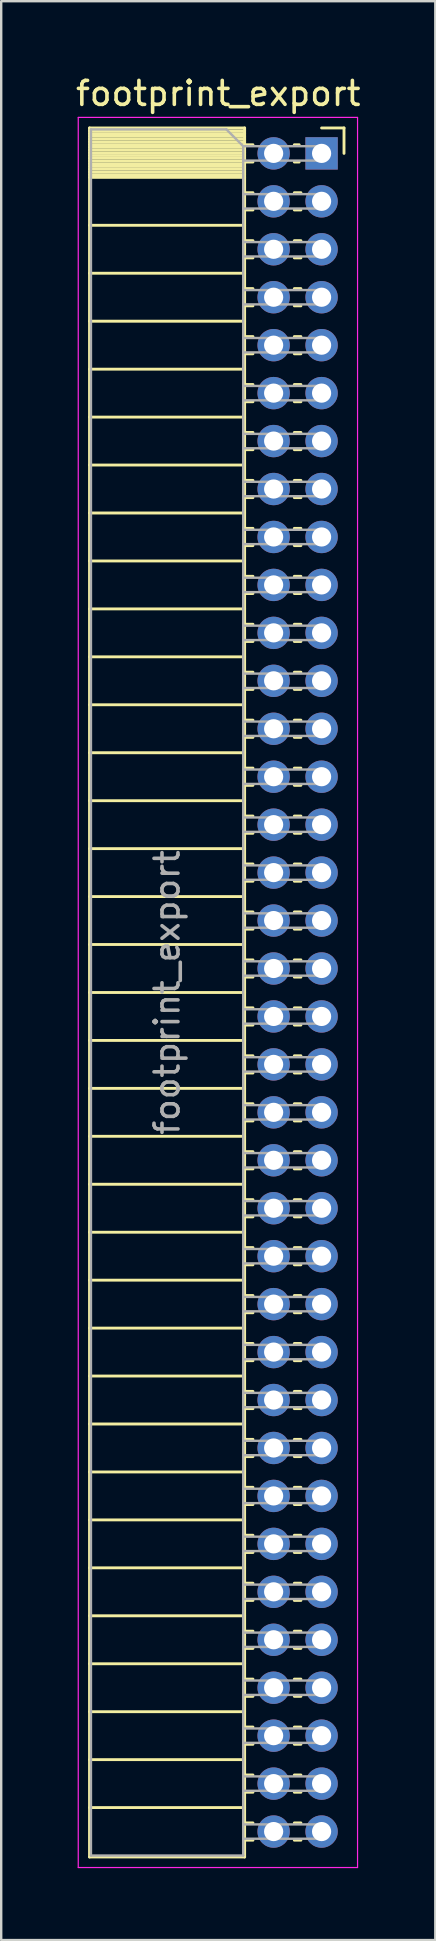
<source format=kicad_pcb>
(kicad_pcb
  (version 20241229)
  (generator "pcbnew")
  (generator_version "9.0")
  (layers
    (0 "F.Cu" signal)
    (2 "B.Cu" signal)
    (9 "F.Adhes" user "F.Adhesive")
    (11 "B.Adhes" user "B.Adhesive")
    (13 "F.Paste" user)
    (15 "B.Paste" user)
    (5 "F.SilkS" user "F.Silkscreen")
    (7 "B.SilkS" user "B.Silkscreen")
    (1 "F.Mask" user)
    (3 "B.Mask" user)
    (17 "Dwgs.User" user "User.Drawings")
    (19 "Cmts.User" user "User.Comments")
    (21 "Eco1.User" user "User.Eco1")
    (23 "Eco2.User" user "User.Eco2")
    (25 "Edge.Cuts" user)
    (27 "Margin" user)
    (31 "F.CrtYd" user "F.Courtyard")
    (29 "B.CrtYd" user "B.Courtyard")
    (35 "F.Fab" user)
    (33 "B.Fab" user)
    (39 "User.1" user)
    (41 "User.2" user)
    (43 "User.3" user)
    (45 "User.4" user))
  (footprint "footprint_export"
    (layer "F.Cu")
    (at 10.364 3.348)
    (property "Reference" "footprint_export" (at -4.31 -2.5 0) (layer "F.SilkS") (effects (font (size 1 1) (thickness 0.15))))
    (attr through_hole)
    (fp_line (start -9.68 -1.06) (end -9.68 71.06) (stroke (width 0.12) (type solid)) (layer "F.SilkS"))
    (fp_line (start -9.68 -1.06) (end -3.21 -1.06) (stroke (width 0.12) (type solid)) (layer "F.SilkS"))
    (fp_line (start -9.68 -0.94) (end -3.21 -0.94) (stroke (width 0.12) (type solid)) (layer "F.SilkS"))
    (fp_line (start -9.68 -0.826) (end -3.21 -0.826) (stroke (width 0.12) (type solid)) (layer "F.SilkS"))
    (fp_line (start -9.68 -0.712) (end -3.21 -0.712) (stroke (width 0.12) (type solid)) (layer "F.SilkS"))
    (fp_line (start -9.68 -0.598) (end -3.21 -0.598) (stroke (width 0.12) (type solid)) (layer "F.SilkS"))
    (fp_line (start -9.68 -0.484) (end -3.21 -0.484) (stroke (width 0.12) (type solid)) (layer "F.SilkS"))
    (fp_line (start -9.68 -0.369) (end -3.21 -0.369) (stroke (width 0.12) (type solid)) (layer "F.SilkS"))
    (fp_line (start -9.68 -0.255) (end -3.21 -0.255) (stroke (width 0.12) (type solid)) (layer "F.SilkS"))
    (fp_line (start -9.68 -0.141) (end -3.21 -0.141) (stroke (width 0.12) (type solid)) (layer "F.SilkS"))
    (fp_line (start -9.68 -0.027) (end -3.21 -0.027) (stroke (width 0.12) (type solid)) (layer "F.SilkS"))
    (fp_line (start -9.68 0.087) (end -3.21 0.087) (stroke (width 0.12) (type solid)) (layer "F.SilkS"))
    (fp_line (start -9.68 0.201) (end -3.21 0.201) (stroke (width 0.12) (type solid)) (layer "F.SilkS"))
    (fp_line (start -9.68 0.315) (end -3.21 0.315) (stroke (width 0.12) (type solid)) (layer "F.SilkS"))
    (fp_line (start -9.68 0.429) (end -3.21 0.429) (stroke (width 0.12) (type solid)) (layer "F.SilkS"))
    (fp_line (start -9.68 0.544) (end -3.21 0.544) (stroke (width 0.12) (type solid)) (layer "F.SilkS"))
    (fp_line (start -9.68 0.658) (end -3.21 0.658) (stroke (width 0.12) (type solid)) (layer "F.SilkS"))
    (fp_line (start -9.68 0.772) (end -3.21 0.772) (stroke (width 0.12) (type solid)) (layer "F.SilkS"))
    (fp_line (start -9.68 0.886) (end -3.21 0.886) (stroke (width 0.12) (type solid)) (layer "F.SilkS"))
    (fp_line (start -9.68 1) (end -3.21 1) (stroke (width 0.12) (type solid)) (layer "F.SilkS"))
    (fp_line (start -9.68 3) (end -3.21 3) (stroke (width 0.12) (type solid)) (layer "F.SilkS"))
    (fp_line (start -9.68 5) (end -3.21 5) (stroke (width 0.12) (type solid)) (layer "F.SilkS"))
    (fp_line (start -9.68 7) (end -3.21 7) (stroke (width 0.12) (type solid)) (layer "F.SilkS"))
    (fp_line (start -9.68 9) (end -3.21 9) (stroke (width 0.12) (type solid)) (layer "F.SilkS"))
    (fp_line (start -9.68 11) (end -3.21 11) (stroke (width 0.12) (type solid)) (layer "F.SilkS"))
    (fp_line (start -9.68 13) (end -3.21 13) (stroke (width 0.12) (type solid)) (layer "F.SilkS"))
    (fp_line (start -9.68 15) (end -3.21 15) (stroke (width 0.12) (type solid)) (layer "F.SilkS"))
    (fp_line (start -9.68 17) (end -3.21 17) (stroke (width 0.12) (type solid)) (layer "F.SilkS"))
    (fp_line (start -9.68 19) (end -3.21 19) (stroke (width 0.12) (type solid)) (layer "F.SilkS"))
    (fp_line (start -9.68 21) (end -3.21 21) (stroke (width 0.12) (type solid)) (layer "F.SilkS"))
    (fp_line (start -9.68 23) (end -3.21 23) (stroke (width 0.12) (type solid)) (layer "F.SilkS"))
    (fp_line (start -9.68 25) (end -3.21 25) (stroke (width 0.12) (type solid)) (layer "F.SilkS"))
    (fp_line (start -9.68 27) (end -3.21 27) (stroke (width 0.12) (type solid)) (layer "F.SilkS"))
    (fp_line (start -9.68 29) (end -3.21 29) (stroke (width 0.12) (type solid)) (layer "F.SilkS"))
    (fp_line (start -9.68 31) (end -3.21 31) (stroke (width 0.12) (type solid)) (layer "F.SilkS"))
    (fp_line (start -9.68 33) (end -3.21 33) (stroke (width 0.12) (type solid)) (layer "F.SilkS"))
    (fp_line (start -9.68 35) (end -3.21 35) (stroke (width 0.12) (type solid)) (layer "F.SilkS"))
    (fp_line (start -9.68 37) (end -3.21 37) (stroke (width 0.12) (type solid)) (layer "F.SilkS"))
    (fp_line (start -9.68 39) (end -3.21 39) (stroke (width 0.12) (type solid)) (layer "F.SilkS"))
    (fp_line (start -9.68 41) (end -3.21 41) (stroke (width 0.12) (type solid)) (layer "F.SilkS"))
    (fp_line (start -9.68 43) (end -3.21 43) (stroke (width 0.12) (type solid)) (layer "F.SilkS"))
    (fp_line (start -9.68 45) (end -3.21 45) (stroke (width 0.12) (type solid)) (layer "F.SilkS"))
    (fp_line (start -9.68 47) (end -3.21 47) (stroke (width 0.12) (type solid)) (layer "F.SilkS"))
    (fp_line (start -9.68 49) (end -3.21 49) (stroke (width 0.12) (type solid)) (layer "F.SilkS"))
    (fp_line (start -9.68 51) (end -3.21 51) (stroke (width 0.12) (type solid)) (layer "F.SilkS"))
    (fp_line (start -9.68 53) (end -3.21 53) (stroke (width 0.12) (type solid)) (layer "F.SilkS"))
    (fp_line (start -9.68 55) (end -3.21 55) (stroke (width 0.12) (type solid)) (layer "F.SilkS"))
    (fp_line (start -9.68 57) (end -3.21 57) (stroke (width 0.12) (type solid)) (layer "F.SilkS"))
    (fp_line (start -9.68 59) (end -3.21 59) (stroke (width 0.12) (type solid)) (layer "F.SilkS"))
    (fp_line (start -9.68 61) (end -3.21 61) (stroke (width 0.12) (type solid)) (layer "F.SilkS"))
    (fp_line (start -9.68 63) (end -3.21 63) (stroke (width 0.12) (type solid)) (layer "F.SilkS"))
    (fp_line (start -9.68 65) (end -3.21 65) (stroke (width 0.12) (type solid)) (layer "F.SilkS"))
    (fp_line (start -9.68 67) (end -3.21 67) (stroke (width 0.12) (type solid)) (layer "F.SilkS"))
    (fp_line (start -9.68 69) (end -3.21 69) (stroke (width 0.12) (type solid)) (layer "F.SilkS"))
    (fp_line (start -9.68 71.06) (end -3.21 71.06) (stroke (width 0.12) (type solid)) (layer "F.SilkS"))
    (fp_line (start -3.21 -1.06) (end -3.21 71.06) (stroke (width 0.12) (type solid)) (layer "F.SilkS"))
    (fp_line (start -3.21 -0.36) (end -2.863 -0.36) (stroke (width 0.12) (type solid)) (layer "F.SilkS"))
    (fp_line (start -3.21 0.36) (end -2.863 0.36) (stroke (width 0.12) (type solid)) (layer "F.SilkS"))
    (fp_line (start -3.21 1.64) (end -2.863 1.64) (stroke (width 0.12) (type solid)) (layer "F.SilkS"))
    (fp_line (start -3.21 2.36) (end -2.863 2.36) (stroke (width 0.12) (type solid)) (layer "F.SilkS"))
    (fp_line (start -3.21 3.64) (end -2.863 3.64) (stroke (width 0.12) (type solid)) (layer "F.SilkS"))
    (fp_line (start -3.21 4.36) (end -2.863 4.36) (stroke (width 0.12) (type solid)) (layer "F.SilkS"))
    (fp_line (start -3.21 5.64) (end -2.863 5.64) (stroke (width 0.12) (type solid)) (layer "F.SilkS"))
    (fp_line (start -3.21 6.36) (end -2.863 6.36) (stroke (width 0.12) (type solid)) (layer "F.SilkS"))
    (fp_line (start -3.21 7.64) (end -2.863 7.64) (stroke (width 0.12) (type solid)) (layer "F.SilkS"))
    (fp_line (start -3.21 8.36) (end -2.863 8.36) (stroke (width 0.12) (type solid)) (layer "F.SilkS"))
    (fp_line (start -3.21 9.64) (end -2.863 9.64) (stroke (width 0.12) (type solid)) (layer "F.SilkS"))
    (fp_line (start -3.21 10.36) (end -2.863 10.36) (stroke (width 0.12) (type solid)) (layer "F.SilkS"))
    (fp_line (start -3.21 11.64) (end -2.863 11.64) (stroke (width 0.12) (type solid)) (layer "F.SilkS"))
    (fp_line (start -3.21 12.36) (end -2.863 12.36) (stroke (width 0.12) (type solid)) (layer "F.SilkS"))
    (fp_line (start -3.21 13.64) (end -2.863 13.64) (stroke (width 0.12) (type solid)) (layer "F.SilkS"))
    (fp_line (start -3.21 14.36) (end -2.863 14.36) (stroke (width 0.12) (type solid)) (layer "F.SilkS"))
    (fp_line (start -3.21 15.64) (end -2.863 15.64) (stroke (width 0.12) (type solid)) (layer "F.SilkS"))
    (fp_line (start -3.21 16.36) (end -2.863 16.36) (stroke (width 0.12) (type solid)) (layer "F.SilkS"))
    (fp_line (start -3.21 17.64) (end -2.863 17.64) (stroke (width 0.12) (type solid)) (layer "F.SilkS"))
    (fp_line (start -3.21 18.36) (end -2.863 18.36) (stroke (width 0.12) (type solid)) (layer "F.SilkS"))
    (fp_line (start -3.21 19.64) (end -2.863 19.64) (stroke (width 0.12) (type solid)) (layer "F.SilkS"))
    (fp_line (start -3.21 20.36) (end -2.863 20.36) (stroke (width 0.12) (type solid)) (layer "F.SilkS"))
    (fp_line (start -3.21 21.64) (end -2.863 21.64) (stroke (width 0.12) (type solid)) (layer "F.SilkS"))
    (fp_line (start -3.21 22.36) (end -2.863 22.36) (stroke (width 0.12) (type solid)) (layer "F.SilkS"))
    (fp_line (start -3.21 23.64) (end -2.863 23.64) (stroke (width 0.12) (type solid)) (layer "F.SilkS"))
    (fp_line (start -3.21 24.36) (end -2.863 24.36) (stroke (width 0.12) (type solid)) (layer "F.SilkS"))
    (fp_line (start -3.21 25.64) (end -2.863 25.64) (stroke (width 0.12) (type solid)) (layer "F.SilkS"))
    (fp_line (start -3.21 26.36) (end -2.863 26.36) (stroke (width 0.12) (type solid)) (layer "F.SilkS"))
    (fp_line (start -3.21 27.64) (end -2.863 27.64) (stroke (width 0.12) (type solid)) (layer "F.SilkS"))
    (fp_line (start -3.21 28.36) (end -2.863 28.36) (stroke (width 0.12) (type solid)) (layer "F.SilkS"))
    (fp_line (start -3.21 29.64) (end -2.863 29.64) (stroke (width 0.12) (type solid)) (layer "F.SilkS"))
    (fp_line (start -3.21 30.36) (end -2.863 30.36) (stroke (width 0.12) (type solid)) (layer "F.SilkS"))
    (fp_line (start -3.21 31.64) (end -2.863 31.64) (stroke (width 0.12) (type solid)) (layer "F.SilkS"))
    (fp_line (start -3.21 32.36) (end -2.863 32.36) (stroke (width 0.12) (type solid)) (layer "F.SilkS"))
    (fp_line (start -3.21 33.64) (end -2.863 33.64) (stroke (width 0.12) (type solid)) (layer "F.SilkS"))
    (fp_line (start -3.21 34.36) (end -2.863 34.36) (stroke (width 0.12) (type solid)) (layer "F.SilkS"))
    (fp_line (start -3.21 35.64) (end -2.863 35.64) (stroke (width 0.12) (type solid)) (layer "F.SilkS"))
    (fp_line (start -3.21 36.36) (end -2.863 36.36) (stroke (width 0.12) (type solid)) (layer "F.SilkS"))
    (fp_line (start -3.21 37.64) (end -2.863 37.64) (stroke (width 0.12) (type solid)) (layer "F.SilkS"))
    (fp_line (start -3.21 38.36) (end -2.863 38.36) (stroke (width 0.12) (type solid)) (layer "F.SilkS"))
    (fp_line (start -3.21 39.64) (end -2.863 39.64) (stroke (width 0.12) (type solid)) (layer "F.SilkS"))
    (fp_line (start -3.21 40.36) (end -2.863 40.36) (stroke (width 0.12) (type solid)) (layer "F.SilkS"))
    (fp_line (start -3.21 41.64) (end -2.863 41.64) (stroke (width 0.12) (type solid)) (layer "F.SilkS"))
    (fp_line (start -3.21 42.36) (end -2.863 42.36) (stroke (width 0.12) (type solid)) (layer "F.SilkS"))
    (fp_line (start -3.21 43.64) (end -2.863 43.64) (stroke (width 0.12) (type solid)) (layer "F.SilkS"))
    (fp_line (start -3.21 44.36) (end -2.863 44.36) (stroke (width 0.12) (type solid)) (layer "F.SilkS"))
    (fp_line (start -3.21 45.64) (end -2.863 45.64) (stroke (width 0.12) (type solid)) (layer "F.SilkS"))
    (fp_line (start -3.21 46.36) (end -2.863 46.36) (stroke (width 0.12) (type solid)) (layer "F.SilkS"))
    (fp_line (start -3.21 47.64) (end -2.863 47.64) (stroke (width 0.12) (type solid)) (layer "F.SilkS"))
    (fp_line (start -3.21 48.36) (end -2.863 48.36) (stroke (width 0.12) (type solid)) (layer "F.SilkS"))
    (fp_line (start -3.21 49.64) (end -2.863 49.64) (stroke (width 0.12) (type solid)) (layer "F.SilkS"))
    (fp_line (start -3.21 50.36) (end -2.863 50.36) (stroke (width 0.12) (type solid)) (layer "F.SilkS"))
    (fp_line (start -3.21 51.64) (end -2.863 51.64) (stroke (width 0.12) (type solid)) (layer "F.SilkS"))
    (fp_line (start -3.21 52.36) (end -2.863 52.36) (stroke (width 0.12) (type solid)) (layer "F.SilkS"))
    (fp_line (start -3.21 53.64) (end -2.863 53.64) (stroke (width 0.12) (type solid)) (layer "F.SilkS"))
    (fp_line (start -3.21 54.36) (end -2.863 54.36) (stroke (width 0.12) (type solid)) (layer "F.SilkS"))
    (fp_line (start -3.21 55.64) (end -2.863 55.64) (stroke (width 0.12) (type solid)) (layer "F.SilkS"))
    (fp_line (start -3.21 56.36) (end -2.863 56.36) (stroke (width 0.12) (type solid)) (layer "F.SilkS"))
    (fp_line (start -3.21 57.64) (end -2.863 57.64) (stroke (width 0.12) (type solid)) (layer "F.SilkS"))
    (fp_line (start -3.21 58.36) (end -2.863 58.36) (stroke (width 0.12) (type solid)) (layer "F.SilkS"))
    (fp_line (start -3.21 59.64) (end -2.863 59.64) (stroke (width 0.12) (type solid)) (layer "F.SilkS"))
    (fp_line (start -3.21 60.36) (end -2.863 60.36) (stroke (width 0.12) (type solid)) (layer "F.SilkS"))
    (fp_line (start -3.21 61.64) (end -2.863 61.64) (stroke (width 0.12) (type solid)) (layer "F.SilkS"))
    (fp_line (start -3.21 62.36) (end -2.863 62.36) (stroke (width 0.12) (type solid)) (layer "F.SilkS"))
    (fp_line (start -3.21 63.64) (end -2.863 63.64) (stroke (width 0.12) (type solid)) (layer "F.SilkS"))
    (fp_line (start -3.21 64.36) (end -2.863 64.36) (stroke (width 0.12) (type solid)) (layer "F.SilkS"))
    (fp_line (start -3.21 65.64) (end -2.863 65.64) (stroke (width 0.12) (type solid)) (layer "F.SilkS"))
    (fp_line (start -3.21 66.36) (end -2.863 66.36) (stroke (width 0.12) (type solid)) (layer "F.SilkS"))
    (fp_line (start -3.21 67.64) (end -2.863 67.64) (stroke (width 0.12) (type solid)) (layer "F.SilkS"))
    (fp_line (start -3.21 68.36) (end -2.863 68.36) (stroke (width 0.12) (type solid)) (layer "F.SilkS"))
    (fp_line (start -3.21 69.64) (end -2.863 69.64) (stroke (width 0.12) (type solid)) (layer "F.SilkS"))
    (fp_line (start -3.21 70.36) (end -2.863 70.36) (stroke (width 0.12) (type solid)) (layer "F.SilkS"))
    (fp_line (start -1.137 -0.36) (end -0.935 -0.36) (stroke (width 0.12) (type solid)) (layer "F.SilkS"))
    (fp_line (start -1.137 0.36) (end -0.935 0.36) (stroke (width 0.12) (type solid)) (layer "F.SilkS"))
    (fp_line (start -1.137 1.64) (end -0.863 1.64) (stroke (width 0.12) (type solid)) (layer "F.SilkS"))
    (fp_line (start -1.137 2.36) (end -0.863 2.36) (stroke (width 0.12) (type solid)) (layer "F.SilkS"))
    (fp_line (start -1.137 3.64) (end -0.863 3.64) (stroke (width 0.12) (type solid)) (layer "F.SilkS"))
    (fp_line (start -1.137 4.36) (end -0.863 4.36) (stroke (width 0.12) (type solid)) (layer "F.SilkS"))
    (fp_line (start -1.137 5.64) (end -0.863 5.64) (stroke (width 0.12) (type solid)) (layer "F.SilkS"))
    (fp_line (start -1.137 6.36) (end -0.863 6.36) (stroke (width 0.12) (type solid)) (layer "F.SilkS"))
    (fp_line (start -1.137 7.64) (end -0.863 7.64) (stroke (width 0.12) (type solid)) (layer "F.SilkS"))
    (fp_line (start -1.137 8.36) (end -0.863 8.36) (stroke (width 0.12) (type solid)) (layer "F.SilkS"))
    (fp_line (start -1.137 9.64) (end -0.863 9.64) (stroke (width 0.12) (type solid)) (layer "F.SilkS"))
    (fp_line (start -1.137 10.36) (end -0.863 10.36) (stroke (width 0.12) (type solid)) (layer "F.SilkS"))
    (fp_line (start -1.137 11.64) (end -0.863 11.64) (stroke (width 0.12) (type solid)) (layer "F.SilkS"))
    (fp_line (start -1.137 12.36) (end -0.863 12.36) (stroke (width 0.12) (type solid)) (layer "F.SilkS"))
    (fp_line (start -1.137 13.64) (end -0.863 13.64) (stroke (width 0.12) (type solid)) (layer "F.SilkS"))
    (fp_line (start -1.137 14.36) (end -0.863 14.36) (stroke (width 0.12) (type solid)) (layer "F.SilkS"))
    (fp_line (start -1.137 15.64) (end -0.863 15.64) (stroke (width 0.12) (type solid)) (layer "F.SilkS"))
    (fp_line (start -1.137 16.36) (end -0.863 16.36) (stroke (width 0.12) (type solid)) (layer "F.SilkS"))
    (fp_line (start -1.137 17.64) (end -0.863 17.64) (stroke (width 0.12) (type solid)) (layer "F.SilkS"))
    (fp_line (start -1.137 18.36) (end -0.863 18.36) (stroke (width 0.12) (type solid)) (layer "F.SilkS"))
    (fp_line (start -1.137 19.64) (end -0.863 19.64) (stroke (width 0.12) (type solid)) (layer "F.SilkS"))
    (fp_line (start -1.137 20.36) (end -0.863 20.36) (stroke (width 0.12) (type solid)) (layer "F.SilkS"))
    (fp_line (start -1.137 21.64) (end -0.863 21.64) (stroke (width 0.12) (type solid)) (layer "F.SilkS"))
    (fp_line (start -1.137 22.36) (end -0.863 22.36) (stroke (width 0.12) (type solid)) (layer "F.SilkS"))
    (fp_line (start -1.137 23.64) (end -0.863 23.64) (stroke (width 0.12) (type solid)) (layer "F.SilkS"))
    (fp_line (start -1.137 24.36) (end -0.863 24.36) (stroke (width 0.12) (type solid)) (layer "F.SilkS"))
    (fp_line (start -1.137 25.64) (end -0.863 25.64) (stroke (width 0.12) (type solid)) (layer "F.SilkS"))
    (fp_line (start -1.137 26.36) (end -0.863 26.36) (stroke (width 0.12) (type solid)) (layer "F.SilkS"))
    (fp_line (start -1.137 27.64) (end -0.863 27.64) (stroke (width 0.12) (type solid)) (layer "F.SilkS"))
    (fp_line (start -1.137 28.36) (end -0.863 28.36) (stroke (width 0.12) (type solid)) (layer "F.SilkS"))
    (fp_line (start -1.137 29.64) (end -0.863 29.64) (stroke (width 0.12) (type solid)) (layer "F.SilkS"))
    (fp_line (start -1.137 30.36) (end -0.863 30.36) (stroke (width 0.12) (type solid)) (layer "F.SilkS"))
    (fp_line (start -1.137 31.64) (end -0.863 31.64) (stroke (width 0.12) (type solid)) (layer "F.SilkS"))
    (fp_line (start -1.137 32.36) (end -0.863 32.36) (stroke (width 0.12) (type solid)) (layer "F.SilkS"))
    (fp_line (start -1.137 33.64) (end -0.863 33.64) (stroke (width 0.12) (type solid)) (layer "F.SilkS"))
    (fp_line (start -1.137 34.36) (end -0.863 34.36) (stroke (width 0.12) (type solid)) (layer "F.SilkS"))
    (fp_line (start -1.137 35.64) (end -0.863 35.64) (stroke (width 0.12) (type solid)) (layer "F.SilkS"))
    (fp_line (start -1.137 36.36) (end -0.863 36.36) (stroke (width 0.12) (type solid)) (layer "F.SilkS"))
    (fp_line (start -1.137 37.64) (end -0.863 37.64) (stroke (width 0.12) (type solid)) (layer "F.SilkS"))
    (fp_line (start -1.137 38.36) (end -0.863 38.36) (stroke (width 0.12) (type solid)) (layer "F.SilkS"))
    (fp_line (start -1.137 39.64) (end -0.863 39.64) (stroke (width 0.12) (type solid)) (layer "F.SilkS"))
    (fp_line (start -1.137 40.36) (end -0.863 40.36) (stroke (width 0.12) (type solid)) (layer "F.SilkS"))
    (fp_line (start -1.137 41.64) (end -0.863 41.64) (stroke (width 0.12) (type solid)) (layer "F.SilkS"))
    (fp_line (start -1.137 42.36) (end -0.863 42.36) (stroke (width 0.12) (type solid)) (layer "F.SilkS"))
    (fp_line (start -1.137 43.64) (end -0.863 43.64) (stroke (width 0.12) (type solid)) (layer "F.SilkS"))
    (fp_line (start -1.137 44.36) (end -0.863 44.36) (stroke (width 0.12) (type solid)) (layer "F.SilkS"))
    (fp_line (start -1.137 45.64) (end -0.863 45.64) (stroke (width 0.12) (type solid)) (layer "F.SilkS"))
    (fp_line (start -1.137 46.36) (end -0.863 46.36) (stroke (width 0.12) (type solid)) (layer "F.SilkS"))
    (fp_line (start -1.137 47.64) (end -0.863 47.64) (stroke (width 0.12) (type solid)) (layer "F.SilkS"))
    (fp_line (start -1.137 48.36) (end -0.863 48.36) (stroke (width 0.12) (type solid)) (layer "F.SilkS"))
    (fp_line (start -1.137 49.64) (end -0.863 49.64) (stroke (width 0.12) (type solid)) (layer "F.SilkS"))
    (fp_line (start -1.137 50.36) (end -0.863 50.36) (stroke (width 0.12) (type solid)) (layer "F.SilkS"))
    (fp_line (start -1.137 51.64) (end -0.863 51.64) (stroke (width 0.12) (type solid)) (layer "F.SilkS"))
    (fp_line (start -1.137 52.36) (end -0.863 52.36) (stroke (width 0.12) (type solid)) (layer "F.SilkS"))
    (fp_line (start -1.137 53.64) (end -0.863 53.64) (stroke (width 0.12) (type solid)) (layer "F.SilkS"))
    (fp_line (start -1.137 54.36) (end -0.863 54.36) (stroke (width 0.12) (type solid)) (layer "F.SilkS"))
    (fp_line (start -1.137 55.64) (end -0.863 55.64) (stroke (width 0.12) (type solid)) (layer "F.SilkS"))
    (fp_line (start -1.137 56.36) (end -0.863 56.36) (stroke (width 0.12) (type solid)) (layer "F.SilkS"))
    (fp_line (start -1.137 57.64) (end -0.863 57.64) (stroke (width 0.12) (type solid)) (layer "F.SilkS"))
    (fp_line (start -1.137 58.36) (end -0.863 58.36) (stroke (width 0.12) (type solid)) (layer "F.SilkS"))
    (fp_line (start -1.137 59.64) (end -0.863 59.64) (stroke (width 0.12) (type solid)) (layer "F.SilkS"))
    (fp_line (start -1.137 60.36) (end -0.863 60.36) (stroke (width 0.12) (type solid)) (layer "F.SilkS"))
    (fp_line (start -1.137 61.64) (end -0.863 61.64) (stroke (width 0.12) (type solid)) (layer "F.SilkS"))
    (fp_line (start -1.137 62.36) (end -0.863 62.36) (stroke (width 0.12) (type solid)) (layer "F.SilkS"))
    (fp_line (start -1.137 63.64) (end -0.863 63.64) (stroke (width 0.12) (type solid)) (layer "F.SilkS"))
    (fp_line (start -1.137 64.36) (end -0.863 64.36) (stroke (width 0.12) (type solid)) (layer "F.SilkS"))
    (fp_line (start -1.137 65.64) (end -0.863 65.64) (stroke (width 0.12) (type solid)) (layer "F.SilkS"))
    (fp_line (start -1.137 66.36) (end -0.863 66.36) (stroke (width 0.12) (type solid)) (layer "F.SilkS"))
    (fp_line (start -1.137 67.64) (end -0.863 67.64) (stroke (width 0.12) (type solid)) (layer "F.SilkS"))
    (fp_line (start -1.137 68.36) (end -0.863 68.36) (stroke (width 0.12) (type solid)) (layer "F.SilkS"))
    (fp_line (start -1.137 69.64) (end -0.863 69.64) (stroke (width 0.12) (type solid)) (layer "F.SilkS"))
    (fp_line (start -1.137 70.36) (end -0.863 70.36) (stroke (width 0.12) (type solid)) (layer "F.SilkS"))
    (fp_line (start 0 -1.06) (end 0.935 -1.06) (stroke (width 0.12) (type solid)) (layer "F.SilkS"))
    (fp_line (start 0.935 -1.06) (end 0.935 0) (stroke (width 0.12) (type solid)) (layer "F.SilkS"))
    (fp_line (start -10.15 -1.5) (end -10.15 71.5) (stroke (width 0.05) (type solid)) (layer "F.CrtYd"))
    (fp_line (start -10.15 71.5) (end 1.5 71.5) (stroke (width 0.05) (type solid)) (layer "F.CrtYd"))
    (fp_line (start 1.5 -1.5) (end -10.15 -1.5) (stroke (width 0.05) (type solid)) (layer "F.CrtYd"))
    (fp_line (start 1.5 71.5) (end 1.5 -1.5) (stroke (width 0.05) (type solid)) (layer "F.CrtYd"))
    (fp_line (start -9.62 -1) (end -3.97 -1) (stroke (width 0.1) (type solid)) (layer "F.Fab"))
    (fp_line (start -9.62 71) (end -9.62 -1) (stroke (width 0.1) (type solid)) (layer "F.Fab"))
    (fp_line (start -3.97 -1) (end -3.27 -0.3) (stroke (width 0.1) (type solid)) (layer "F.Fab"))
    (fp_line (start -3.27 -0.3) (end -3.27 71) (stroke (width 0.1) (type solid)) (layer "F.Fab"))
    (fp_line (start -3.27 0.3) (end 0 0.3) (stroke (width 0.1) (type solid)) (layer "F.Fab"))
    (fp_line (start -3.27 2.3) (end 0 2.3) (stroke (width 0.1) (type solid)) (layer "F.Fab"))
    (fp_line (start -3.27 4.3) (end 0 4.3) (stroke (width 0.1) (type solid)) (layer "F.Fab"))
    (fp_line (start -3.27 6.3) (end 0 6.3) (stroke (width 0.1) (type solid)) (layer "F.Fab"))
    (fp_line (start -3.27 8.3) (end 0 8.3) (stroke (width 0.1) (type solid)) (layer "F.Fab"))
    (fp_line (start -3.27 10.3) (end 0 10.3) (stroke (width 0.1) (type solid)) (layer "F.Fab"))
    (fp_line (start -3.27 12.3) (end 0 12.3) (stroke (width 0.1) (type solid)) (layer "F.Fab"))
    (fp_line (start -3.27 14.3) (end 0 14.3) (stroke (width 0.1) (type solid)) (layer "F.Fab"))
    (fp_line (start -3.27 16.3) (end 0 16.3) (stroke (width 0.1) (type solid)) (layer "F.Fab"))
    (fp_line (start -3.27 18.3) (end 0 18.3) (stroke (width 0.1) (type solid)) (layer "F.Fab"))
    (fp_line (start -3.27 20.3) (end 0 20.3) (stroke (width 0.1) (type solid)) (layer "F.Fab"))
    (fp_line (start -3.27 22.3) (end 0 22.3) (stroke (width 0.1) (type solid)) (layer "F.Fab"))
    (fp_line (start -3.27 24.3) (end 0 24.3) (stroke (width 0.1) (type solid)) (layer "F.Fab"))
    (fp_line (start -3.27 26.3) (end 0 26.3) (stroke (width 0.1) (type solid)) (layer "F.Fab"))
    (fp_line (start -3.27 28.3) (end 0 28.3) (stroke (width 0.1) (type solid)) (layer "F.Fab"))
    (fp_line (start -3.27 30.3) (end 0 30.3) (stroke (width 0.1) (type solid)) (layer "F.Fab"))
    (fp_line (start -3.27 32.3) (end 0 32.3) (stroke (width 0.1) (type solid)) (layer "F.Fab"))
    (fp_line (start -3.27 34.3) (end 0 34.3) (stroke (width 0.1) (type solid)) (layer "F.Fab"))
    (fp_line (start -3.27 36.3) (end 0 36.3) (stroke (width 0.1) (type solid)) (layer "F.Fab"))
    (fp_line (start -3.27 38.3) (end 0 38.3) (stroke (width 0.1) (type solid)) (layer "F.Fab"))
    (fp_line (start -3.27 40.3) (end 0 40.3) (stroke (width 0.1) (type solid)) (layer "F.Fab"))
    (fp_line (start -3.27 42.3) (end 0 42.3) (stroke (width 0.1) (type solid)) (layer "F.Fab"))
    (fp_line (start -3.27 44.3) (end 0 44.3) (stroke (width 0.1) (type solid)) (layer "F.Fab"))
    (fp_line (start -3.27 46.3) (end 0 46.3) (stroke (width 0.1) (type solid)) (layer "F.Fab"))
    (fp_line (start -3.27 48.3) (end 0 48.3) (stroke (width 0.1) (type solid)) (layer "F.Fab"))
    (fp_line (start -3.27 50.3) (end 0 50.3) (stroke (width 0.1) (type solid)) (layer "F.Fab"))
    (fp_line (start -3.27 52.3) (end 0 52.3) (stroke (width 0.1) (type solid)) (layer "F.Fab"))
    (fp_line (start -3.27 54.3) (end 0 54.3) (stroke (width 0.1) (type solid)) (layer "F.Fab"))
    (fp_line (start -3.27 56.3) (end 0 56.3) (stroke (width 0.1) (type solid)) (layer "F.Fab"))
    (fp_line (start -3.27 58.3) (end 0 58.3) (stroke (width 0.1) (type solid)) (layer "F.Fab"))
    (fp_line (start -3.27 60.3) (end 0 60.3) (stroke (width 0.1) (type solid)) (layer "F.Fab"))
    (fp_line (start -3.27 62.3) (end 0 62.3) (stroke (width 0.1) (type solid)) (layer "F.Fab"))
    (fp_line (start -3.27 64.3) (end 0 64.3) (stroke (width 0.1) (type solid)) (layer "F.Fab"))
    (fp_line (start -3.27 66.3) (end 0 66.3) (stroke (width 0.1) (type solid)) (layer "F.Fab"))
    (fp_line (start -3.27 68.3) (end 0 68.3) (stroke (width 0.1) (type solid)) (layer "F.Fab"))
    (fp_line (start -3.27 70.3) (end 0 70.3) (stroke (width 0.1) (type solid)) (layer "F.Fab"))
    (fp_line (start -3.27 71) (end -9.62 71) (stroke (width 0.1) (type solid)) (layer "F.Fab"))
    (fp_line (start 0 -0.3) (end -3.27 -0.3) (stroke (width 0.1) (type solid)) (layer "F.Fab"))
    (fp_line (start 0 0.3) (end 0 -0.3) (stroke (width 0.1) (type solid)) (layer "F.Fab"))
    (fp_line (start 0 1.7) (end -3.27 1.7) (stroke (width 0.1) (type solid)) (layer "F.Fab"))
    (fp_line (start 0 2.3) (end 0 1.7) (stroke (width 0.1) (type solid)) (layer "F.Fab"))
    (fp_line (start 0 3.7) (end -3.27 3.7) (stroke (width 0.1) (type solid)) (layer "F.Fab"))
    (fp_line (start 0 4.3) (end 0 3.7) (stroke (width 0.1) (type solid)) (layer "F.Fab"))
    (fp_line (start 0 5.7) (end -3.27 5.7) (stroke (width 0.1) (type solid)) (layer "F.Fab"))
    (fp_line (start 0 6.3) (end 0 5.7) (stroke (width 0.1) (type solid)) (layer "F.Fab"))
    (fp_line (start 0 7.7) (end -3.27 7.7) (stroke (width 0.1) (type solid)) (layer "F.Fab"))
    (fp_line (start 0 8.3) (end 0 7.7) (stroke (width 0.1) (type solid)) (layer "F.Fab"))
    (fp_line (start 0 9.7) (end -3.27 9.7) (stroke (width 0.1) (type solid)) (layer "F.Fab"))
    (fp_line (start 0 10.3) (end 0 9.7) (stroke (width 0.1) (type solid)) (layer "F.Fab"))
    (fp_line (start 0 11.7) (end -3.27 11.7) (stroke (width 0.1) (type solid)) (layer "F.Fab"))
    (fp_line (start 0 12.3) (end 0 11.7) (stroke (width 0.1) (type solid)) (layer "F.Fab"))
    (fp_line (start 0 13.7) (end -3.27 13.7) (stroke (width 0.1) (type solid)) (layer "F.Fab"))
    (fp_line (start 0 14.3) (end 0 13.7) (stroke (width 0.1) (type solid)) (layer "F.Fab"))
    (fp_line (start 0 15.7) (end -3.27 15.7) (stroke (width 0.1) (type solid)) (layer "F.Fab"))
    (fp_line (start 0 16.3) (end 0 15.7) (stroke (width 0.1) (type solid)) (layer "F.Fab"))
    (fp_line (start 0 17.7) (end -3.27 17.7) (stroke (width 0.1) (type solid)) (layer "F.Fab"))
    (fp_line (start 0 18.3) (end 0 17.7) (stroke (width 0.1) (type solid)) (layer "F.Fab"))
    (fp_line (start 0 19.7) (end -3.27 19.7) (stroke (width 0.1) (type solid)) (layer "F.Fab"))
    (fp_line (start 0 20.3) (end 0 19.7) (stroke (width 0.1) (type solid)) (layer "F.Fab"))
    (fp_line (start 0 21.7) (end -3.27 21.7) (stroke (width 0.1) (type solid)) (layer "F.Fab"))
    (fp_line (start 0 22.3) (end 0 21.7) (stroke (width 0.1) (type solid)) (layer "F.Fab"))
    (fp_line (start 0 23.7) (end -3.27 23.7) (stroke (width 0.1) (type solid)) (layer "F.Fab"))
    (fp_line (start 0 24.3) (end 0 23.7) (stroke (width 0.1) (type solid)) (layer "F.Fab"))
    (fp_line (start 0 25.7) (end -3.27 25.7) (stroke (width 0.1) (type solid)) (layer "F.Fab"))
    (fp_line (start 0 26.3) (end 0 25.7) (stroke (width 0.1) (type solid)) (layer "F.Fab"))
    (fp_line (start 0 27.7) (end -3.27 27.7) (stroke (width 0.1) (type solid)) (layer "F.Fab"))
    (fp_line (start 0 28.3) (end 0 27.7) (stroke (width 0.1) (type solid)) (layer "F.Fab"))
    (fp_line (start 0 29.7) (end -3.27 29.7) (stroke (width 0.1) (type solid)) (layer "F.Fab"))
    (fp_line (start 0 30.3) (end 0 29.7) (stroke (width 0.1) (type solid)) (layer "F.Fab"))
    (fp_line (start 0 31.7) (end -3.27 31.7) (stroke (width 0.1) (type solid)) (layer "F.Fab"))
    (fp_line (start 0 32.3) (end 0 31.7) (stroke (width 0.1) (type solid)) (layer "F.Fab"))
    (fp_line (start 0 33.7) (end -3.27 33.7) (stroke (width 0.1) (type solid)) (layer "F.Fab"))
    (fp_line (start 0 34.3) (end 0 33.7) (stroke (width 0.1) (type solid)) (layer "F.Fab"))
    (fp_line (start 0 35.7) (end -3.27 35.7) (stroke (width 0.1) (type solid)) (layer "F.Fab"))
    (fp_line (start 0 36.3) (end 0 35.7) (stroke (width 0.1) (type solid)) (layer "F.Fab"))
    (fp_line (start 0 37.7) (end -3.27 37.7) (stroke (width 0.1) (type solid)) (layer "F.Fab"))
    (fp_line (start 0 38.3) (end 0 37.7) (stroke (width 0.1) (type solid)) (layer "F.Fab"))
    (fp_line (start 0 39.7) (end -3.27 39.7) (stroke (width 0.1) (type solid)) (layer "F.Fab"))
    (fp_line (start 0 40.3) (end 0 39.7) (stroke (width 0.1) (type solid)) (layer "F.Fab"))
    (fp_line (start 0 41.7) (end -3.27 41.7) (stroke (width 0.1) (type solid)) (layer "F.Fab"))
    (fp_line (start 0 42.3) (end 0 41.7) (stroke (width 0.1) (type solid)) (layer "F.Fab"))
    (fp_line (start 0 43.7) (end -3.27 43.7) (stroke (width 0.1) (type solid)) (layer "F.Fab"))
    (fp_line (start 0 44.3) (end 0 43.7) (stroke (width 0.1) (type solid)) (layer "F.Fab"))
    (fp_line (start 0 45.7) (end -3.27 45.7) (stroke (width 0.1) (type solid)) (layer "F.Fab"))
    (fp_line (start 0 46.3) (end 0 45.7) (stroke (width 0.1) (type solid)) (layer "F.Fab"))
    (fp_line (start 0 47.7) (end -3.27 47.7) (stroke (width 0.1) (type solid)) (layer "F.Fab"))
    (fp_line (start 0 48.3) (end 0 47.7) (stroke (width 0.1) (type solid)) (layer "F.Fab"))
    (fp_line (start 0 49.7) (end -3.27 49.7) (stroke (width 0.1) (type solid)) (layer "F.Fab"))
    (fp_line (start 0 50.3) (end 0 49.7) (stroke (width 0.1) (type solid)) (layer "F.Fab"))
    (fp_line (start 0 51.7) (end -3.27 51.7) (stroke (width 0.1) (type solid)) (layer "F.Fab"))
    (fp_line (start 0 52.3) (end 0 51.7) (stroke (width 0.1) (type solid)) (layer "F.Fab"))
    (fp_line (start 0 53.7) (end -3.27 53.7) (stroke (width 0.1) (type solid)) (layer "F.Fab"))
    (fp_line (start 0 54.3) (end 0 53.7) (stroke (width 0.1) (type solid)) (layer "F.Fab"))
    (fp_line (start 0 55.7) (end -3.27 55.7) (stroke (width 0.1) (type solid)) (layer "F.Fab"))
    (fp_line (start 0 56.3) (end 0 55.7) (stroke (width 0.1) (type solid)) (layer "F.Fab"))
    (fp_line (start 0 57.7) (end -3.27 57.7) (stroke (width 0.1) (type solid)) (layer "F.Fab"))
    (fp_line (start 0 58.3) (end 0 57.7) (stroke (width 0.1) (type solid)) (layer "F.Fab"))
    (fp_line (start 0 59.7) (end -3.27 59.7) (stroke (width 0.1) (type solid)) (layer "F.Fab"))
    (fp_line (start 0 60.3) (end 0 59.7) (stroke (width 0.1) (type solid)) (layer "F.Fab"))
    (fp_line (start 0 61.7) (end -3.27 61.7) (stroke (width 0.1) (type solid)) (layer "F.Fab"))
    (fp_line (start 0 62.3) (end 0 61.7) (stroke (width 0.1) (type solid)) (layer "F.Fab"))
    (fp_line (start 0 63.7) (end -3.27 63.7) (stroke (width 0.1) (type solid)) (layer "F.Fab"))
    (fp_line (start 0 64.3) (end 0 63.7) (stroke (width 0.1) (type solid)) (layer "F.Fab"))
    (fp_line (start 0 65.7) (end -3.27 65.7) (stroke (width 0.1) (type solid)) (layer "F.Fab"))
    (fp_line (start 0 66.3) (end 0 65.7) (stroke (width 0.1) (type solid)) (layer "F.Fab"))
    (fp_line (start 0 67.7) (end -3.27 67.7) (stroke (width 0.1) (type solid)) (layer "F.Fab"))
    (fp_line (start 0 68.3) (end 0 67.7) (stroke (width 0.1) (type solid)) (layer "F.Fab"))
    (fp_line (start 0 69.7) (end -3.27 69.7) (stroke (width 0.1) (type solid)) (layer "F.Fab"))
    (fp_line (start 0 70.3) (end 0 69.7) (stroke (width 0.1) (type solid)) (layer "F.Fab"))
    (fp_text user "${REFERENCE}" (at -6.445 35 90) (layer "F.Fab") (effects (font (size 1 1) (thickness 0.15))))
    (pad "1" thru_hole rect (at 0 0) (size 1.35 1.35) (drill 0.8) (layers "*.Cu" "*.Mask"))
    (pad "2" thru_hole oval (at -2 0) (size 1.35 1.35) (drill 0.8) (layers "*.Cu" "*.Mask"))
    (pad "3" thru_hole oval (at 0 2) (size 1.35 1.35) (drill 0.8) (layers "*.Cu" "*.Mask"))
    (pad "4" thru_hole oval (at -2 2) (size 1.35 1.35) (drill 0.8) (layers "*.Cu" "*.Mask"))
    (pad "5" thru_hole oval (at 0 4) (size 1.35 1.35) (drill 0.8) (layers "*.Cu" "*.Mask"))
    (pad "6" thru_hole oval (at -2 4) (size 1.35 1.35) (drill 0.8) (layers "*.Cu" "*.Mask"))
    (pad "7" thru_hole oval (at 0 6) (size 1.35 1.35) (drill 0.8) (layers "*.Cu" "*.Mask"))
    (pad "8" thru_hole oval (at -2 6) (size 1.35 1.35) (drill 0.8) (layers "*.Cu" "*.Mask"))
    (pad "9" thru_hole oval (at 0 8) (size 1.35 1.35) (drill 0.8) (layers "*.Cu" "*.Mask"))
    (pad "10" thru_hole oval (at -2 8) (size 1.35 1.35) (drill 0.8) (layers "*.Cu" "*.Mask"))
    (pad "11" thru_hole oval (at 0 10) (size 1.35 1.35) (drill 0.8) (layers "*.Cu" "*.Mask"))
    (pad "12" thru_hole oval (at -2 10) (size 1.35 1.35) (drill 0.8) (layers "*.Cu" "*.Mask"))
    (pad "13" thru_hole oval (at 0 12) (size 1.35 1.35) (drill 0.8) (layers "*.Cu" "*.Mask"))
    (pad "14" thru_hole oval (at -2 12) (size 1.35 1.35) (drill 0.8) (layers "*.Cu" "*.Mask"))
    (pad "15" thru_hole oval (at 0 14) (size 1.35 1.35) (drill 0.8) (layers "*.Cu" "*.Mask"))
    (pad "16" thru_hole oval (at -2 14) (size 1.35 1.35) (drill 0.8) (layers "*.Cu" "*.Mask"))
    (pad "17" thru_hole oval (at 0 16) (size 1.35 1.35) (drill 0.8) (layers "*.Cu" "*.Mask"))
    (pad "18" thru_hole oval (at -2 16) (size 1.35 1.35) (drill 0.8) (layers "*.Cu" "*.Mask"))
    (pad "19" thru_hole oval (at 0 18) (size 1.35 1.35) (drill 0.8) (layers "*.Cu" "*.Mask"))
    (pad "20" thru_hole oval (at -2 18) (size 1.35 1.35) (drill 0.8) (layers "*.Cu" "*.Mask"))
    (pad "21" thru_hole oval (at 0 20) (size 1.35 1.35) (drill 0.8) (layers "*.Cu" "*.Mask"))
    (pad "22" thru_hole oval (at -2 20) (size 1.35 1.35) (drill 0.8) (layers "*.Cu" "*.Mask"))
    (pad "23" thru_hole oval (at 0 22) (size 1.35 1.35) (drill 0.8) (layers "*.Cu" "*.Mask"))
    (pad "24" thru_hole oval (at -2 22) (size 1.35 1.35) (drill 0.8) (layers "*.Cu" "*.Mask"))
    (pad "25" thru_hole oval (at 0 24) (size 1.35 1.35) (drill 0.8) (layers "*.Cu" "*.Mask"))
    (pad "26" thru_hole oval (at -2 24) (size 1.35 1.35) (drill 0.8) (layers "*.Cu" "*.Mask"))
    (pad "27" thru_hole oval (at 0 26) (size 1.35 1.35) (drill 0.8) (layers "*.Cu" "*.Mask"))
    (pad "28" thru_hole oval (at -2 26) (size 1.35 1.35) (drill 0.8) (layers "*.Cu" "*.Mask"))
    (pad "29" thru_hole oval (at 0 28) (size 1.35 1.35) (drill 0.8) (layers "*.Cu" "*.Mask"))
    (pad "30" thru_hole oval (at -2 28) (size 1.35 1.35) (drill 0.8) (layers "*.Cu" "*.Mask"))
    (pad "31" thru_hole oval (at 0 30) (size 1.35 1.35) (drill 0.8) (layers "*.Cu" "*.Mask"))
    (pad "32" thru_hole oval (at -2 30) (size 1.35 1.35) (drill 0.8) (layers "*.Cu" "*.Mask"))
    (pad "33" thru_hole oval (at 0 32) (size 1.35 1.35) (drill 0.8) (layers "*.Cu" "*.Mask"))
    (pad "34" thru_hole oval (at -2 32) (size 1.35 1.35) (drill 0.8) (layers "*.Cu" "*.Mask"))
    (pad "35" thru_hole oval (at 0 34) (size 1.35 1.35) (drill 0.8) (layers "*.Cu" "*.Mask"))
    (pad "36" thru_hole oval (at -2 34) (size 1.35 1.35) (drill 0.8) (layers "*.Cu" "*.Mask"))
    (pad "37" thru_hole oval (at 0 36) (size 1.35 1.35) (drill 0.8) (layers "*.Cu" "*.Mask"))
    (pad "38" thru_hole oval (at -2 36) (size 1.35 1.35) (drill 0.8) (layers "*.Cu" "*.Mask"))
    (pad "39" thru_hole oval (at 0 38) (size 1.35 1.35) (drill 0.8) (layers "*.Cu" "*.Mask"))
    (pad "40" thru_hole oval (at -2 38) (size 1.35 1.35) (drill 0.8) (layers "*.Cu" "*.Mask"))
    (pad "41" thru_hole oval (at 0 40) (size 1.35 1.35) (drill 0.8) (layers "*.Cu" "*.Mask"))
    (pad "42" thru_hole oval (at -2 40) (size 1.35 1.35) (drill 0.8) (layers "*.Cu" "*.Mask"))
    (pad "43" thru_hole oval (at 0 42) (size 1.35 1.35) (drill 0.8) (layers "*.Cu" "*.Mask"))
    (pad "44" thru_hole oval (at -2 42) (size 1.35 1.35) (drill 0.8) (layers "*.Cu" "*.Mask"))
    (pad "45" thru_hole oval (at 0 44) (size 1.35 1.35) (drill 0.8) (layers "*.Cu" "*.Mask"))
    (pad "46" thru_hole oval (at -2 44) (size 1.35 1.35) (drill 0.8) (layers "*.Cu" "*.Mask"))
    (pad "47" thru_hole oval (at 0 46) (size 1.35 1.35) (drill 0.8) (layers "*.Cu" "*.Mask"))
    (pad "48" thru_hole oval (at -2 46) (size 1.35 1.35) (drill 0.8) (layers "*.Cu" "*.Mask"))
    (pad "49" thru_hole oval (at 0 48) (size 1.35 1.35) (drill 0.8) (layers "*.Cu" "*.Mask"))
    (pad "50" thru_hole oval (at -2 48) (size 1.35 1.35) (drill 0.8) (layers "*.Cu" "*.Mask"))
    (pad "51" thru_hole oval (at 0 50) (size 1.35 1.35) (drill 0.8) (layers "*.Cu" "*.Mask"))
    (pad "52" thru_hole oval (at -2 50) (size 1.35 1.35) (drill 0.8) (layers "*.Cu" "*.Mask"))
    (pad "53" thru_hole oval (at 0 52) (size 1.35 1.35) (drill 0.8) (layers "*.Cu" "*.Mask"))
    (pad "54" thru_hole oval (at -2 52) (size 1.35 1.35) (drill 0.8) (layers "*.Cu" "*.Mask"))
    (pad "55" thru_hole oval (at 0 54) (size 1.35 1.35) (drill 0.8) (layers "*.Cu" "*.Mask"))
    (pad "56" thru_hole oval (at -2 54) (size 1.35 1.35) (drill 0.8) (layers "*.Cu" "*.Mask"))
    (pad "57" thru_hole oval (at 0 56) (size 1.35 1.35) (drill 0.8) (layers "*.Cu" "*.Mask"))
    (pad "58" thru_hole oval (at -2 56) (size 1.35 1.35) (drill 0.8) (layers "*.Cu" "*.Mask"))
    (pad "59" thru_hole oval (at 0 58) (size 1.35 1.35) (drill 0.8) (layers "*.Cu" "*.Mask"))
    (pad "60" thru_hole oval (at -2 58) (size 1.35 1.35) (drill 0.8) (layers "*.Cu" "*.Mask"))
    (pad "61" thru_hole oval (at 0 60) (size 1.35 1.35) (drill 0.8) (layers "*.Cu" "*.Mask"))
    (pad "62" thru_hole oval (at -2 60) (size 1.35 1.35) (drill 0.8) (layers "*.Cu" "*.Mask"))
    (pad "63" thru_hole oval (at 0 62) (size 1.35 1.35) (drill 0.8) (layers "*.Cu" "*.Mask"))
    (pad "64" thru_hole oval (at -2 62) (size 1.35 1.35) (drill 0.8) (layers "*.Cu" "*.Mask"))
    (pad "65" thru_hole oval (at 0 64) (size 1.35 1.35) (drill 0.8) (layers "*.Cu" "*.Mask"))
    (pad "66" thru_hole oval (at -2 64) (size 1.35 1.35) (drill 0.8) (layers "*.Cu" "*.Mask"))
    (pad "67" thru_hole oval (at 0 66) (size 1.35 1.35) (drill 0.8) (layers "*.Cu" "*.Mask"))
    (pad "68" thru_hole oval (at -2 66) (size 1.35 1.35) (drill 0.8) (layers "*.Cu" "*.Mask"))
    (pad "69" thru_hole oval (at 0 68) (size 1.35 1.35) (drill 0.8) (layers "*.Cu" "*.Mask"))
    (pad "70" thru_hole oval (at -2 68) (size 1.35 1.35) (drill 0.8) (layers "*.Cu" "*.Mask"))
    (pad "71" thru_hole oval (at 0 70) (size 1.35 1.35) (drill 0.8) (layers "*.Cu" "*.Mask"))
    (pad "72" thru_hole oval (at -2 70) (size 1.35 1.35) (drill 0.8) (layers "*.Cu" "*.Mask")))
  (gr_rect
    (start -3 -3)
    (end 15.107 77.873)
    (stroke (width 0.1) (type default))
    (fill no)
    (layer "Edge.Cuts")))
</source>
